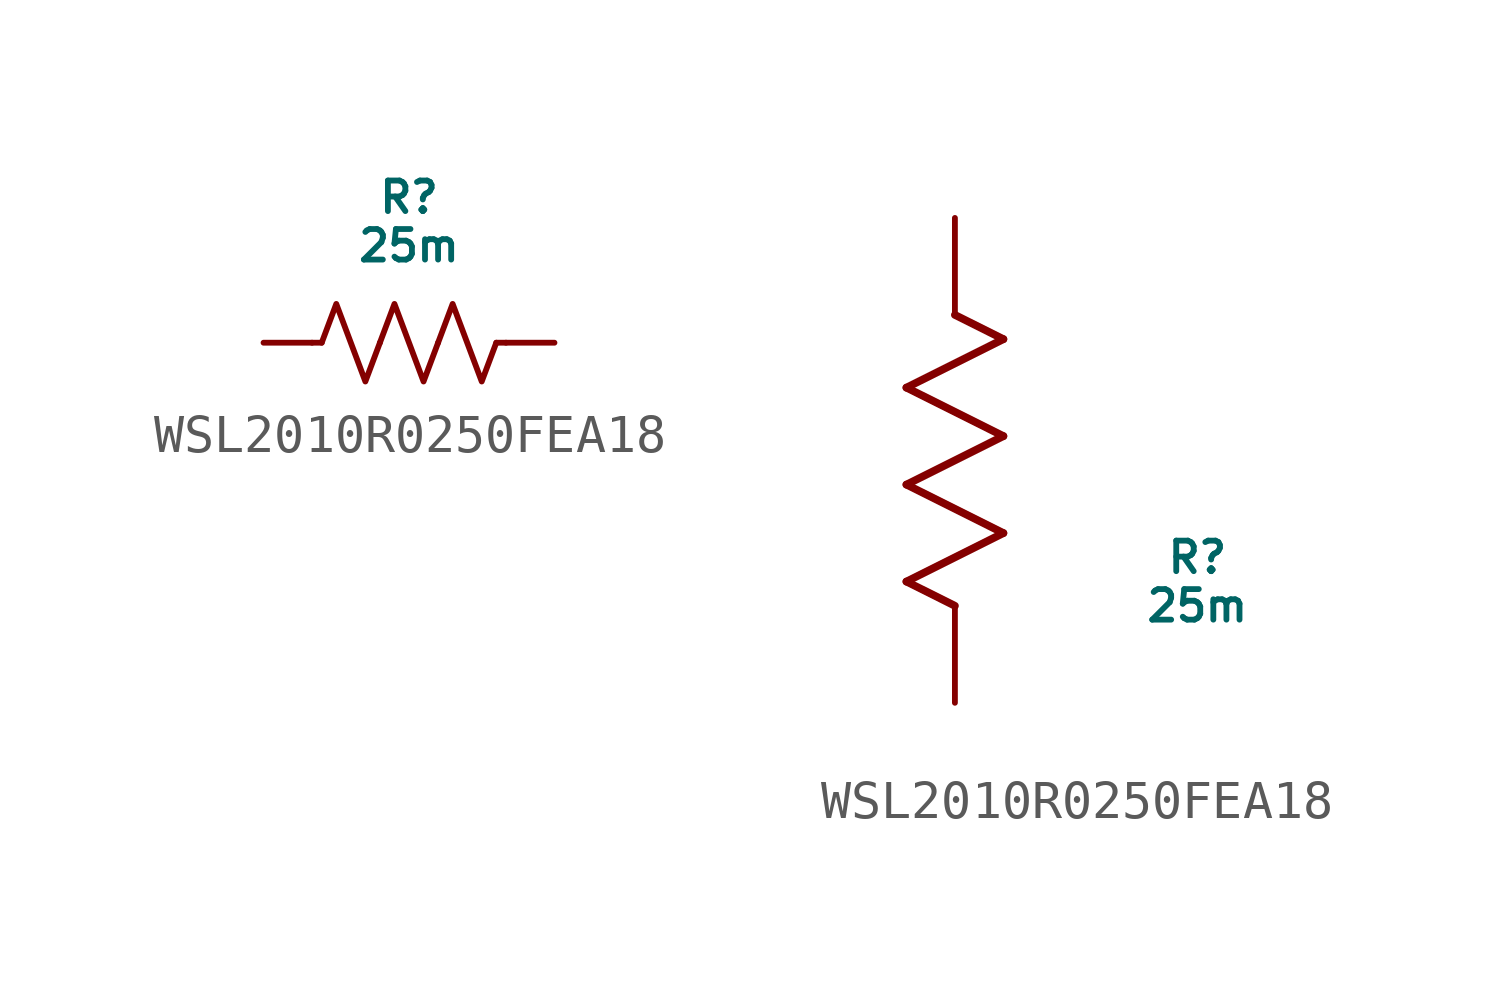
<source format=kicad_sym>
(kicad_symbol_lib
  (version 20220914)
  (generator kicad_symbol_editor)
  (symbol "WSL2010R0250FEA18"
    (pin_numbers hide)
    (pin_names
      (offset 0.254) hide)
    (property "Reference" "R"
      (at 6.35 3.81 0)
      (do_not_autoplace)
      (effects (font (size 0.8 0.8))))
    (property "Value" "25m"
      (at 6.35 2.54 0)
      (do_not_autoplace)
      (effects (font (size 0.8 0.8))))
    (symbol "WSL2010R0250FEA18_0_1"
      (polyline (pts (xy 4.064 0) (xy 3.81 0)) (stroke (width 0) (type default)) (fill (type none)))
      (polyline (pts (xy 8.636 0) (xy 8.89 0)) (stroke (width 0) (type default)) (fill (type none)))
      (polyline (pts (xy 4.064 0) (xy 4.445 1.016) (xy 4.826 0) (xy 5.207 -1.016) (xy 5.588 0)) (stroke (width 0) (type default)) (fill (type none)))
      (polyline (pts (xy 5.588 0) (xy 5.969 1.016) (xy 6.35 0) (xy 6.731 -1.016) (xy 7.112 0)) (stroke (width 0) (type default)) (fill (type none)))
      (polyline (pts (xy 7.112 0) (xy 7.493 1.016) (xy 7.874 0) (xy 8.255 -1.016) (xy 8.636 0)) (stroke (width 0) (type default)) (fill (type none))))
    (symbol "WSL2010R0250FEA18_1_1"
      (pin passive line (at 10.16 0 180) (length 1.27) (name "" (effects (font (size 1.27 1.27)))) (number "1" (effects (font (size 1.27 1.27)))))
      (pin passive line (at 2.54 0 0) (length 1.27) (name "" (effects (font (size 1.27 1.27)))) (number "2" (effects (font (size 1.27 1.27))))))
    (symbol "WSL2010R0250FEA18_1_2"
      (polyline (pts (xy -1.27 3.175) (xy 1.27 4.445)) (stroke (width 0.203) (type default)) (fill (type none)))
      (polyline (pts (xy -1.27 5.715) (xy 1.27 6.985)) (stroke (width 0.203) (type default)) (fill (type none)))
      (polyline (pts (xy -1.27 8.255) (xy 1.27 9.525)) (stroke (width 0.203) (type default)) (fill (type none)))
      (polyline (pts (xy 0 2.54) (xy -1.27 3.175)) (stroke (width 0.203) (type default)) (fill (type none)))
      (polyline (pts (xy 1.27 4.445) (xy -1.27 5.715)) (stroke (width 0.203) (type default)) (fill (type none)))
      (polyline (pts (xy 1.27 6.985) (xy -1.27 8.255)) (stroke (width 0.203) (type default)) (fill (type none)))
      (polyline (pts (xy 1.27 9.525) (xy 0 10.16)) (stroke (width 0.203) (type default)) (fill (type none)))
      (pin unspecified line (at 0 12.7 270) (length 2.54) (name "" (effects (font (size 1.27 1.27)))) (number "1" (effects (font (size 1.27 1.27)))))
      (pin unspecified line (at 0 0 90) (length 2.54) (name "" (effects (font (size 1.27 1.27)))) (number "2" (effects (font (size 1.27 1.27))))))))
</source>
